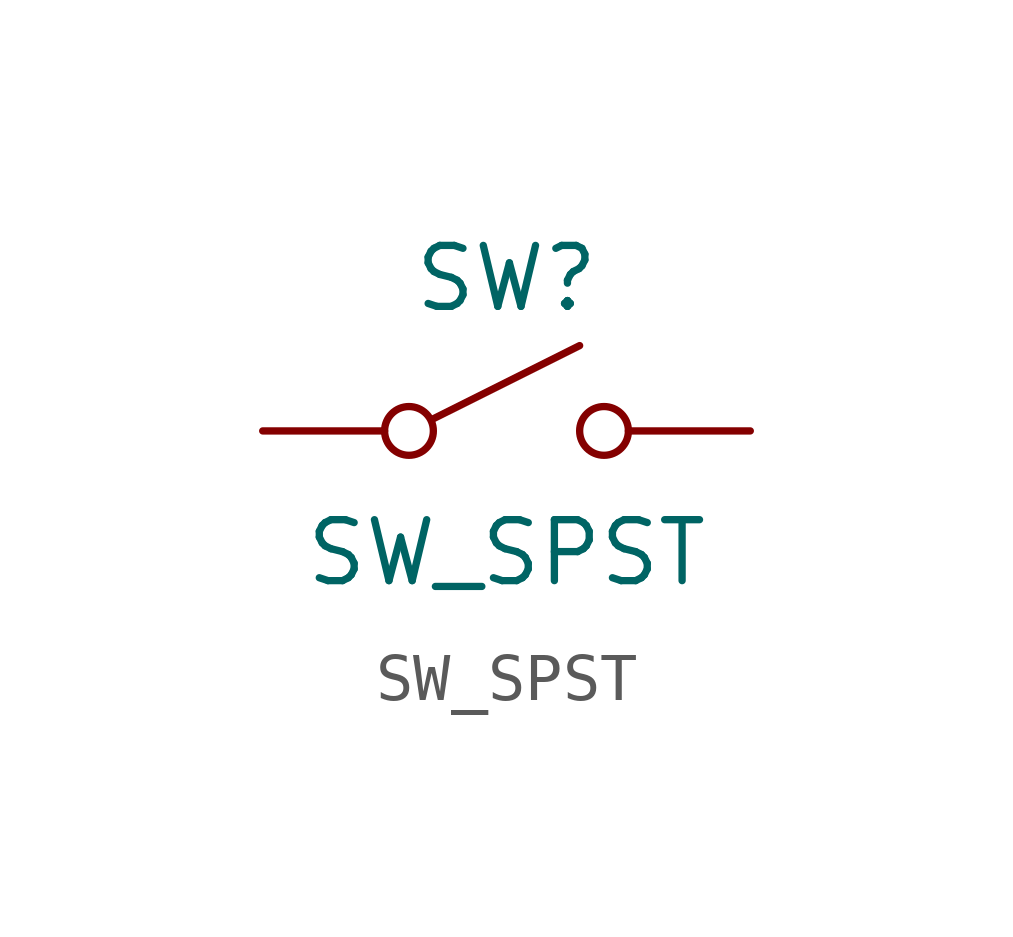
<source format=kicad_sym>
(kicad_symbol_lib
  (version 20241209)
  (generator "kicad_symbol_editor")
  (generator_version "9.0")
  (symbol "SW_SPST"
    (pin_names
      (offset 0)
      (hide yes))
    (property "Reference" "SW"
      (at 0 3.175 0)
      (effects (font (size 1.27 1.27))))
    (property "Value" "SW_SPST"
      (at 0 -2.54 0)
      (effects (font (size 1.27 1.27))))
    (symbol "SW_SPST_0_0"
      (circle (center -2.032 0) (radius 0.508) (stroke (width 0) (type solid)) (fill (type none)))
      (polyline (pts (xy -1.524 0.254) (xy 1.524 1.778)) (stroke (width 0) (type solid)) (fill (type none)))
      (circle (center 2.032 0) (radius 0.508) (stroke (width 0) (type solid)) (fill (type none))))
    (symbol "SW_SPST_1_1"
      (pin passive line (at -5.08 0 0) (length 2.54) (name "A" (effects (font (size 1.27 1.27)))) (number "~" (effects (font (size 1.27 1.27)))))
      (pin passive line (at 5.08 0 180) (length 2.54) (name "B" (effects (font (size 1.27 1.27)))) (number "~" (effects (font (size 1.27 1.27))))))))
</source>
